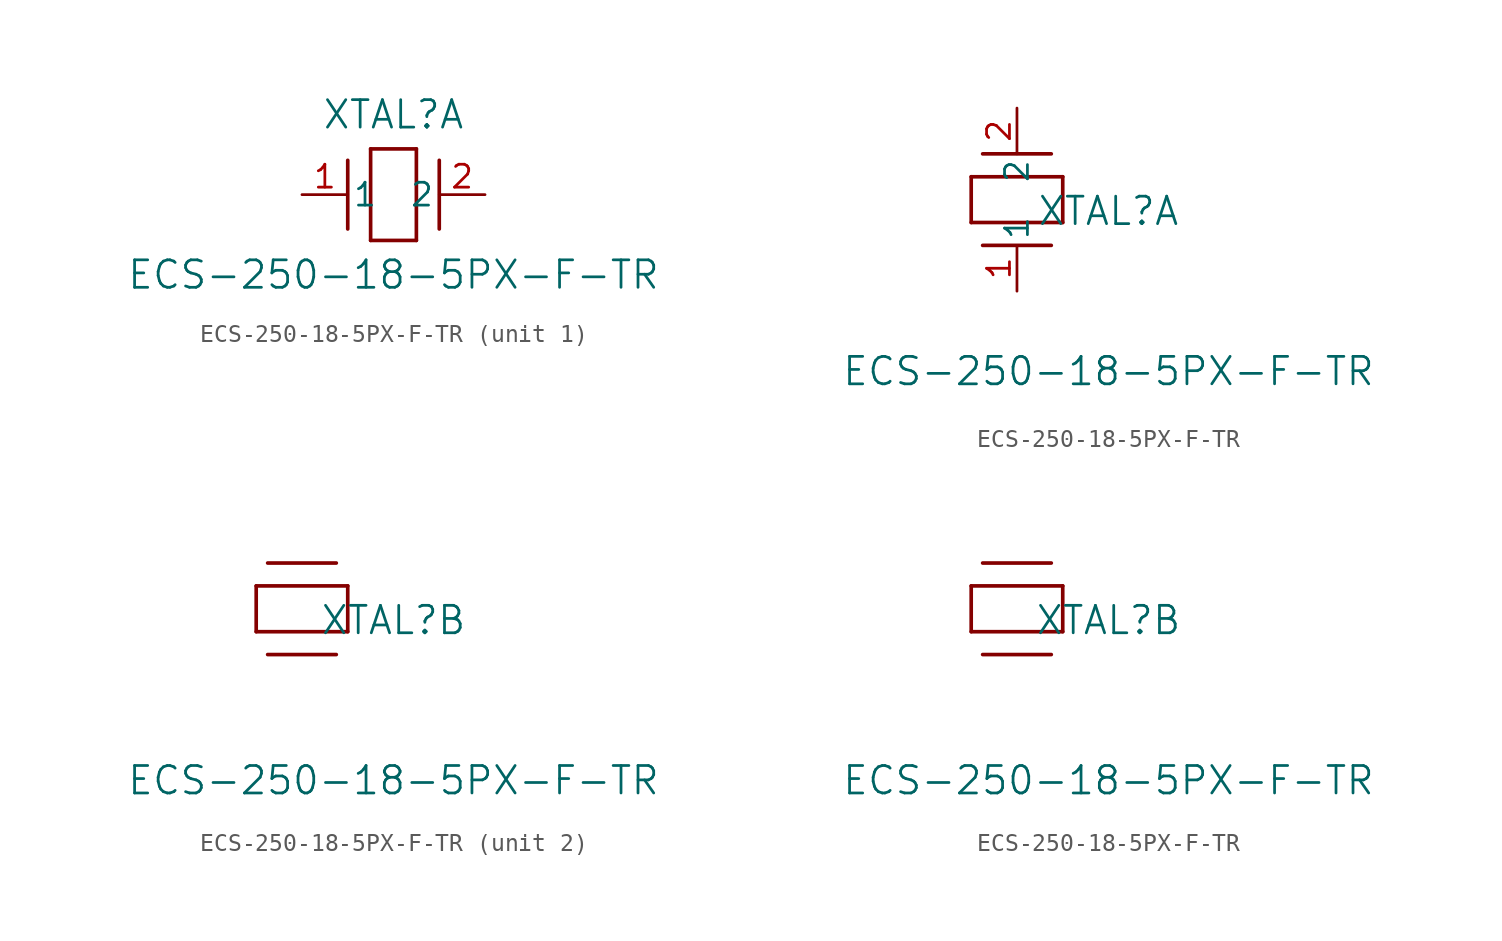
<source format=kicad_sym>
(kicad_symbol_lib
  (version 20211014)
  (generator kicad_symbol_editor)
  (symbol "ECS-250-18-5PX-F-TR"
    (pin_names
      (offset 0.254))
    (property "Reference" "XTAL"
      (at 5.08 4.445 0)
      (effects (font (size 1.524 1.524))))
    (property "Value" "ECS-250-18-5PX-F-TR"
      (at 5.08 -4.445 0)
      (effects (font (size 1.524 1.524))))
    (symbol "ECS-250-18-5PX-F-TR_1_1"
      (polyline (pts (xy 2.54 -1.905) (xy 2.54 1.905)) (stroke (width 0.203) (type default) (color 0 0 0 0)) (fill (type none)))
      (polyline (pts (xy 6.35 2.54) (xy 6.35 -2.54)) (stroke (width 0.203) (type default) (color 0 0 0 0)) (fill (type none)))
      (polyline (pts (xy 7.62 -1.905) (xy 7.62 1.905)) (stroke (width 0.203) (type default) (color 0 0 0 0)) (fill (type none)))
      (polyline (pts (xy 6.35 -2.54) (xy 3.81 -2.54)) (stroke (width 0.203) (type default) (color 0 0 0 0)) (fill (type none)))
      (polyline (pts (xy 3.81 2.54) (xy 6.35 2.54)) (stroke (width 0.203) (type default) (color 0 0 0 0)) (fill (type none)))
      (polyline (pts (xy 3.81 -2.54) (xy 3.81 2.54)) (stroke (width 0.203) (type default) (color 0 0 0 0)) (fill (type none)))
      (pin unspecified line (at 0 0 0) (length 2.54) (name "1" (effects (font (size 1.27 1.27)))) (number "1" (effects (font (size 1.27 1.27)))))
      (pin unspecified line (at 10.16 0 180) (length 2.54) (name "2" (effects (font (size 1.27 1.27)))) (number "2" (effects (font (size 1.27 1.27))))))
    (symbol "ECS-250-18-5PX-F-TR_1_2"
      (polyline (pts (xy 1.905 7.62) (xy -1.905 7.62)) (stroke (width 0.203) (type default) (color 0 0 0 0)) (fill (type none)))
      (polyline (pts (xy -2.54 3.81) (xy -2.54 6.35)) (stroke (width 0.203) (type default) (color 0 0 0 0)) (fill (type none)))
      (polyline (pts (xy 1.905 2.54) (xy -1.905 2.54)) (stroke (width 0.203) (type default) (color 0 0 0 0)) (fill (type none)))
      (polyline (pts (xy 2.54 6.35) (xy 2.54 3.81)) (stroke (width 0.203) (type default) (color 0 0 0 0)) (fill (type none)))
      (polyline (pts (xy -2.54 6.35) (xy 2.54 6.35)) (stroke (width 0.203) (type default) (color 0 0 0 0)) (fill (type none)))
      (polyline (pts (xy 2.54 3.81) (xy -2.54 3.81)) (stroke (width 0.203) (type default) (color 0 0 0 0)) (fill (type none)))
      (pin unspecified line (at 0 0 90) (length 2.54) (name "1" (effects (font (size 1.27 1.27)))) (number "1" (effects (font (size 1.27 1.27)))))
      (pin unspecified line (at 0 10.16 270) (length 2.54) (name "2" (effects (font (size 1.27 1.27)))) (number "2" (effects (font (size 1.27 1.27))))))
    (symbol "ECS-250-18-5PX-F-TR_2_1"
      (polyline (pts (xy 1.905 7.62) (xy -1.905 7.62)) (stroke (width 0.203) (type default) (color 0 0 0 0)) (fill (type none)))
      (polyline (pts (xy -2.54 3.81) (xy -2.54 6.35)) (stroke (width 0.203) (type default) (color 0 0 0 0)) (fill (type none)))
      (polyline (pts (xy 1.905 2.54) (xy -1.905 2.54)) (stroke (width 0.203) (type default) (color 0 0 0 0)) (fill (type none)))
      (polyline (pts (xy 2.54 6.35) (xy 2.54 3.81)) (stroke (width 0.203) (type default) (color 0 0 0 0)) (fill (type none)))
      (polyline (pts (xy -2.54 6.35) (xy 2.54 6.35)) (stroke (width 0.203) (type default) (color 0 0 0 0)) (fill (type none)))
      (polyline (pts (xy 2.54 3.81) (xy -2.54 3.81)) (stroke (width 0.203) (type default) (color 0 0 0 0)) (fill (type none))))
    (symbol "ECS-250-18-5PX-F-TR_2_2"
      (polyline (pts (xy 1.905 7.62) (xy -1.905 7.62)) (stroke (width 0.203) (type default) (color 0 0 0 0)) (fill (type none)))
      (polyline (pts (xy -2.54 3.81) (xy -2.54 6.35)) (stroke (width 0.203) (type default) (color 0 0 0 0)) (fill (type none)))
      (polyline (pts (xy 1.905 2.54) (xy -1.905 2.54)) (stroke (width 0.203) (type default) (color 0 0 0 0)) (fill (type none)))
      (polyline (pts (xy 2.54 6.35) (xy 2.54 3.81)) (stroke (width 0.203) (type default) (color 0 0 0 0)) (fill (type none)))
      (polyline (pts (xy -2.54 6.35) (xy 2.54 6.35)) (stroke (width 0.203) (type default) (color 0 0 0 0)) (fill (type none)))
      (polyline (pts (xy 2.54 3.81) (xy -2.54 3.81)) (stroke (width 0.203) (type default) (color 0 0 0 0)) (fill (type none))))))
</source>
